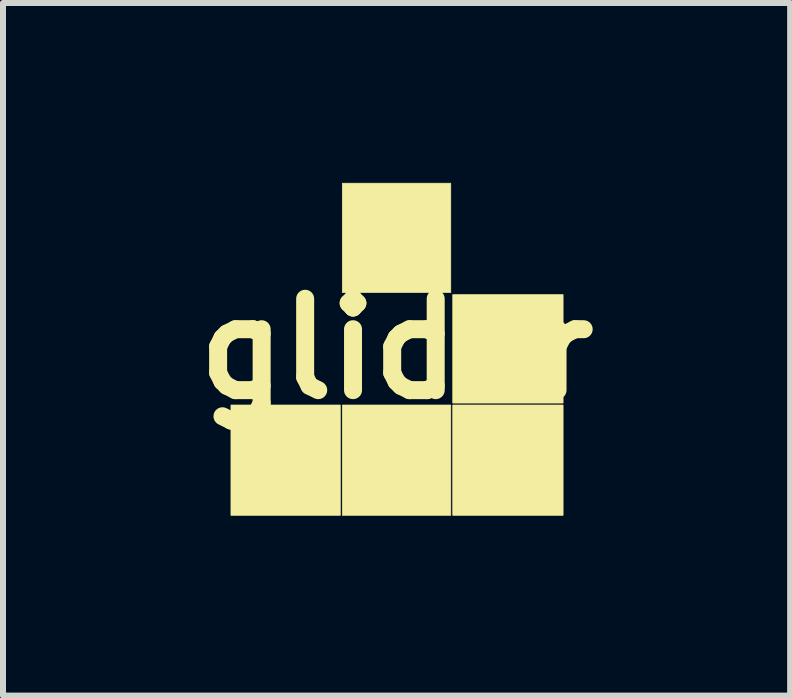
<source format=kicad_pcb>
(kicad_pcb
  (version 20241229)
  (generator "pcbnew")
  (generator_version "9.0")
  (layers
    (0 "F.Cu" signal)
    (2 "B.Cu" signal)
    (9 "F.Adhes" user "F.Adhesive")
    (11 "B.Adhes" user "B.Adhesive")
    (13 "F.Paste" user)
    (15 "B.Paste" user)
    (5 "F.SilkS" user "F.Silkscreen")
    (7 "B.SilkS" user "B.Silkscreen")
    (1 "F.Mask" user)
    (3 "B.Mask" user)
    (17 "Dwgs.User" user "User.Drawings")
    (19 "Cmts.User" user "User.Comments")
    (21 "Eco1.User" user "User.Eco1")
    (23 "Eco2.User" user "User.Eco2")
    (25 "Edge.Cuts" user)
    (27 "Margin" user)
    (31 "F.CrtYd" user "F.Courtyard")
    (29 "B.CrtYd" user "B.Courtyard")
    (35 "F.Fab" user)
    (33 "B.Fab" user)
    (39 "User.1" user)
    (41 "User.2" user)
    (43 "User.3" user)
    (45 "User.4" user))
  (footprint "glider"
    (layer "F.Cu")
    (at 3.563 2.767)
    (property "Reference" "glider" (at 0 0 0) (layer "F.SilkS") (effects (font (size 1.524 1.524) (thickness 0.3))))
    (attr through_hole)
    (fp_poly (pts (xy -0.937 2.778) (xy -2.762 2.778) (xy -2.762 0.937) (xy -0.937 0.937) (xy -0.937 2.778)) (stroke (width 0.01) (type solid)) (fill yes) (layer "F.SilkS"))
    (fp_poly (pts (xy 0.905 -0.937) (xy -0.905 -0.937) (xy -0.905 -2.762) (xy 0.905 -2.762) (xy 0.905 -0.937)) (stroke (width 0.01) (type solid)) (fill yes) (layer "F.SilkS"))
    (fp_poly (pts (xy 0.905 2.778) (xy -0.905 2.778) (xy -0.905 0.937) (xy 0.905 0.937) (xy 0.905 2.778)) (stroke (width 0.01) (type solid)) (fill yes) (layer "F.SilkS"))
    (fp_poly (pts (xy 2.778 0.905) (xy 0.937 0.905) (xy 0.937 -0.905) (xy 2.778 -0.905) (xy 2.778 0.905)) (stroke (width 0.01) (type solid)) (fill yes) (layer "F.SilkS"))
    (fp_poly (pts (xy 2.778 2.778) (xy 0.937 2.778) (xy 0.937 0.937) (xy 2.778 0.937) (xy 2.778 2.778)) (stroke (width 0.01) (type solid)) (fill yes) (layer "F.SilkS")))
  (gr_rect
    (start -3 -3)
    (end 10.127 8.55)
    (stroke (width 0.1) (type default))
    (fill no)
    (layer "Edge.Cuts")))
</source>
